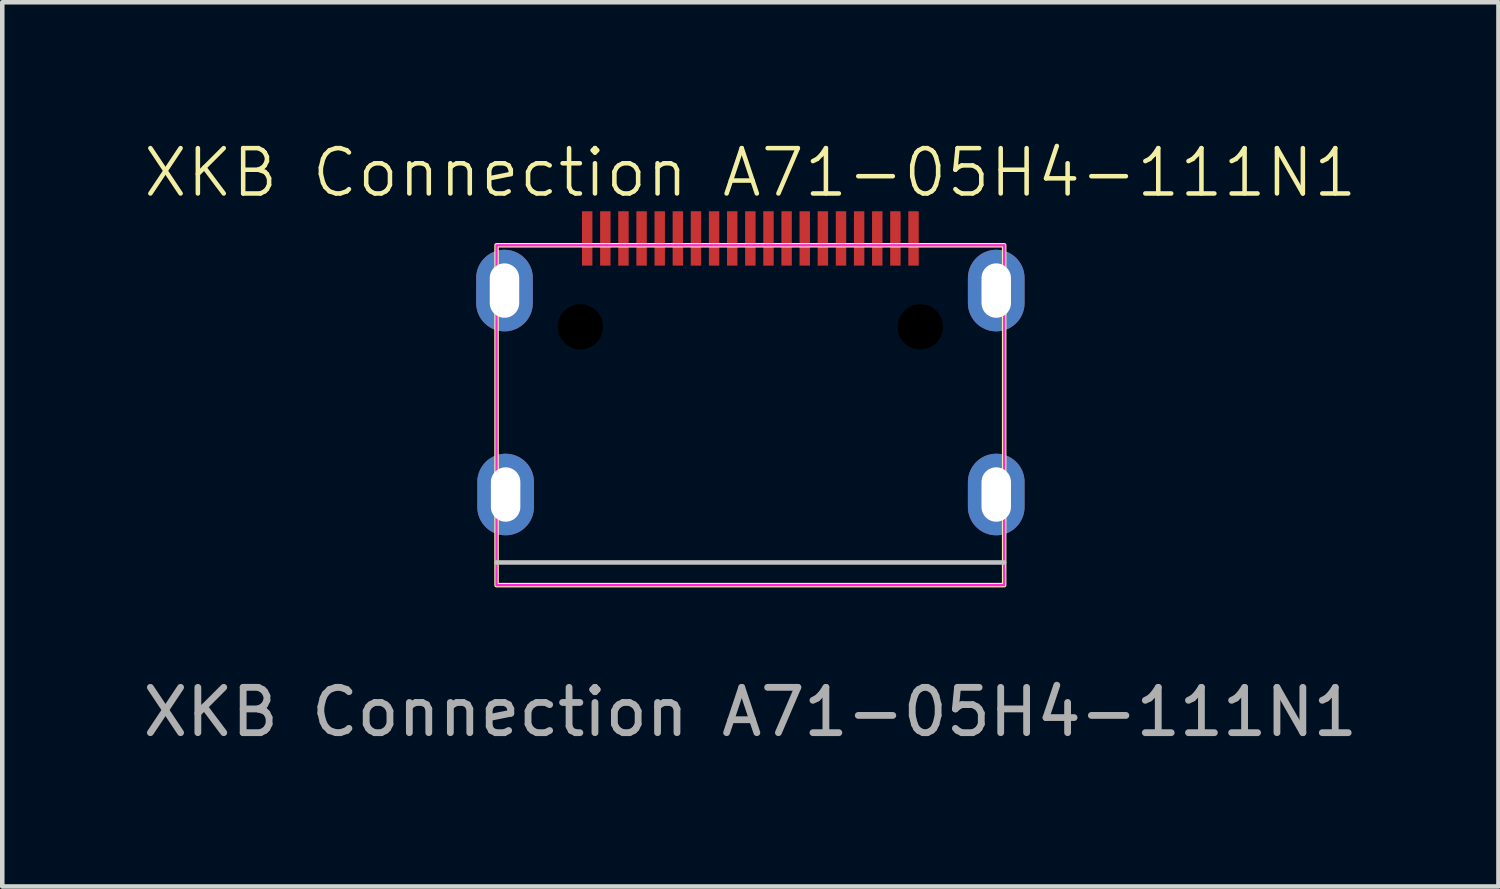
<source format=kicad_pcb>
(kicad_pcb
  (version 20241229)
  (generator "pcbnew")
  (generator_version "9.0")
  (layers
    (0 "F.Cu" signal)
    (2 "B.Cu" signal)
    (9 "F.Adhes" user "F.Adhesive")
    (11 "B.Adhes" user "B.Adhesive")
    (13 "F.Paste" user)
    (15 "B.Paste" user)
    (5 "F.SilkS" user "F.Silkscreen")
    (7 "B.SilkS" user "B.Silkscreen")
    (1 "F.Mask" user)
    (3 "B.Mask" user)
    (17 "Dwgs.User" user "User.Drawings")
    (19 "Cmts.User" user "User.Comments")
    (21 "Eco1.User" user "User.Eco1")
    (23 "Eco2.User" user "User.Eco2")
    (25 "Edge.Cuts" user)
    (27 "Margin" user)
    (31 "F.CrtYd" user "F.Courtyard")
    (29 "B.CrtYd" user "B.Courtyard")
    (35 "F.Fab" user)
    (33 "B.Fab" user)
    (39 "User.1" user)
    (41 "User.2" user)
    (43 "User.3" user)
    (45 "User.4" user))
  (footprint "XKB Connection A71-05H4-111N1"
    (layer "F.Cu")
    (at 13.506 3.361)
    (property "Reference" "XKB Connection A71-05H4-111N1" (at 0 -2.6 0) (unlocked yes) (layer "F.SilkS") (effects (font (size 1 1) (thickness 0.1))))
    (attr smd)
    (fp_rect (start -5.6 -1) (end 5.6 6.5) (stroke (width 0.1) (type default)) (fill no) (layer "F.SilkS"))
    (fp_line (start -5.6 6) (end 5.6 6) (stroke (width 0.1) (type default)) (layer "Dwgs.User"))
    (fp_rect (start -5.6 -1) (end 5.6 6.5) (stroke (width 0.05) (type solid)) (fill no) (layer "F.CrtYd"))
    (fp_text user "${REFERENCE}" (at 0 9.3 0) (unlocked yes) (layer "F.Fab") (effects (font (size 1 1) (thickness 0.15))))
    (pad "" np_thru_hole circle (at -3.75 0.8) (size 1 1) (drill 1) (layers "*.Mask"))
    (pad "" np_thru_hole circle (at 3.75 0.8) (size 1 1) (drill 1) (layers "*.Mask"))
    (pad "1" smd rect (at 3.6 -1.15) (size 0.23 1.2) (layers "F.Cu" "F.Mask" "F.Paste"))
    (pad "2" smd rect (at 3.2 -1.15) (size 0.23 1.2) (layers "F.Cu" "F.Mask" "F.Paste"))
    (pad "3" smd rect (at 2.8 -1.15) (size 0.23 1.2) (layers "F.Cu" "F.Mask" "F.Paste"))
    (pad "4" smd rect (at 2.4 -1.15) (size 0.23 1.2) (layers "F.Cu" "F.Mask" "F.Paste"))
    (pad "5" smd rect (at 2 -1.15) (size 0.23 1.2) (layers "F.Cu" "F.Mask" "F.Paste"))
    (pad "6" smd rect (at 1.6 -1.15) (size 0.23 1.2) (layers "F.Cu" "F.Mask" "F.Paste"))
    (pad "7" smd rect (at 1.2 -1.15) (size 0.23 1.2) (layers "F.Cu" "F.Mask" "F.Paste"))
    (pad "8" smd rect (at 0.8 -1.15) (size 0.23 1.2) (layers "F.Cu" "F.Mask" "F.Paste"))
    (pad "9" smd rect (at 0.4 -1.15) (size 0.23 1.2) (layers "F.Cu" "F.Mask" "F.Paste"))
    (pad "10" smd rect (at 0 -1.15) (size 0.23 1.2) (layers "F.Cu" "F.Mask" "F.Paste"))
    (pad "11" smd rect (at -0.4 -1.15) (size 0.23 1.2) (layers "F.Cu" "F.Mask" "F.Paste"))
    (pad "12" smd rect (at -0.8 -1.15) (size 0.23 1.2) (layers "F.Cu" "F.Mask" "F.Paste"))
    (pad "13" smd rect (at -1.2 -1.15) (size 0.23 1.2) (layers "F.Cu" "F.Mask" "F.Paste"))
    (pad "14" smd rect (at -1.6 -1.15) (size 0.23 1.2) (layers "F.Cu" "F.Mask" "F.Paste"))
    (pad "15" smd rect (at -2 -1.15) (size 0.23 1.2) (layers "F.Cu" "F.Mask" "F.Paste"))
    (pad "16" smd rect (at -2.4 -1.15) (size 0.23 1.2) (layers "F.Cu" "F.Mask" "F.Paste"))
    (pad "17" smd rect (at -2.8 -1.15) (size 0.23 1.2) (layers "F.Cu" "F.Mask" "F.Paste"))
    (pad "18" smd rect (at -3.2 -1.15) (size 0.23 1.2) (layers "F.Cu" "F.Mask" "F.Paste"))
    (pad "19" smd rect (at -3.6 -1.15) (size 0.23 1.2) (layers "F.Cu" "F.Mask" "F.Paste"))
    (pad "SH" thru_hole oval (at -5.425 0) (size 1.25 1.8) (drill oval 0.65 1.2) (layers "*.Cu" "*.Mask"))
    (pad "SH" thru_hole oval (at -5.4 4.5) (size 1.25 1.8) (drill oval 0.65 1.2) (layers "*.Cu" "*.Mask"))
    (pad "SH" thru_hole oval (at 5.425 0) (size 1.25 1.8) (drill oval 0.65 1.2) (layers "*.Cu" "*.Mask"))
    (pad "SH" thru_hole oval (at 5.425 4.5) (size 1.25 1.8) (drill oval 0.65 1.2) (layers "*.Cu" "*.Mask")))
  (gr_rect
    (start -3 -3)
    (end 30.012 16.509)
    (stroke (width 0.1) (type default))
    (fill no)
    (layer "Edge.Cuts")))
</source>
